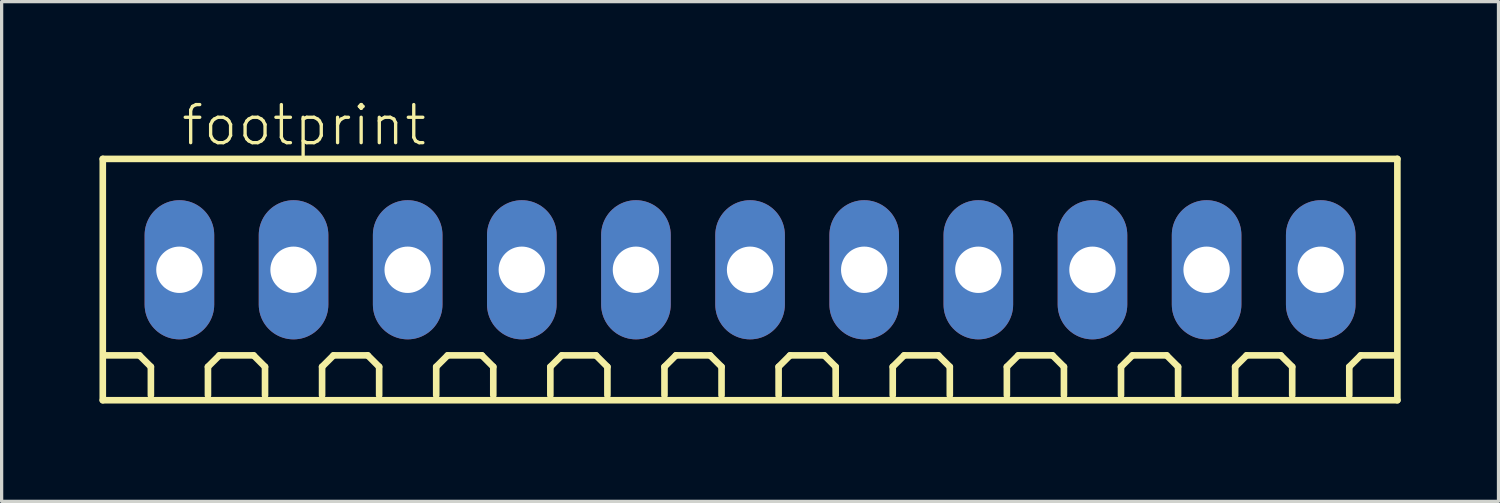
<source format=kicad_pcb>
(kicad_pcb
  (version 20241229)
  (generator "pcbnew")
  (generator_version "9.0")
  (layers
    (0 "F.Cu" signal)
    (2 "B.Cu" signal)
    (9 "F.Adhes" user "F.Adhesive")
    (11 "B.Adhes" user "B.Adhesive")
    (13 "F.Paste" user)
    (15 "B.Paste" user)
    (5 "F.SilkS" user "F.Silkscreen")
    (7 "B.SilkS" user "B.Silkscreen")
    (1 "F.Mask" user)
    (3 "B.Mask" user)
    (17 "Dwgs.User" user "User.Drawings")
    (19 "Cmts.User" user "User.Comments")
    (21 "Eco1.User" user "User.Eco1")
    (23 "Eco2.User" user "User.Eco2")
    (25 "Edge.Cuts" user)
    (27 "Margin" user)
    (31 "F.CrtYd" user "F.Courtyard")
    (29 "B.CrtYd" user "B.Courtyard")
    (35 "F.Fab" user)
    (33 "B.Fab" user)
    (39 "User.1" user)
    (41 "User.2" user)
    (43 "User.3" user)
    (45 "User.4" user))
  (footprint "footprint"
    (layer "F.Cu")
    (at 19.952 5.223)
    (property "Reference" "footprint" (at -17.5 -3.75 0) (layer "F.SilkS") (effects (font (size 1.168 1.168) (thickness 0.102)) (justify left bottom)))
    (fp_line (start -19.85 -3.4) (end 19.85 -3.4) (stroke (width 0.203) (type solid)) (layer "F.SilkS"))
    (fp_line (start -19.85 4) (end -19.85 -3.4) (stroke (width 0.203) (type solid)) (layer "F.SilkS"))
    (fp_line (start -18.725 2.625) (end -19.775 2.625) (stroke (width 0.203) (type solid)) (layer "F.SilkS"))
    (fp_line (start -18.375 2.975) (end -18.725 2.625) (stroke (width 0.203) (type solid)) (layer "F.SilkS"))
    (fp_line (start -18.375 3.85) (end -18.375 2.975) (stroke (width 0.203) (type solid)) (layer "F.SilkS"))
    (fp_line (start -16.625 2.975) (end -16.275 2.625) (stroke (width 0.203) (type solid)) (layer "F.SilkS"))
    (fp_line (start -16.625 3.85) (end -16.625 2.975) (stroke (width 0.203) (type solid)) (layer "F.SilkS"))
    (fp_line (start -16.275 2.625) (end -15.225 2.625) (stroke (width 0.203) (type solid)) (layer "F.SilkS"))
    (fp_line (start -15.225 2.625) (end -14.875 2.975) (stroke (width 0.203) (type solid)) (layer "F.SilkS"))
    (fp_line (start -14.875 2.975) (end -14.875 3.85) (stroke (width 0.203) (type solid)) (layer "F.SilkS"))
    (fp_line (start -13.125 2.975) (end -12.775 2.625) (stroke (width 0.203) (type solid)) (layer "F.SilkS"))
    (fp_line (start -13.125 3.85) (end -13.125 2.975) (stroke (width 0.203) (type solid)) (layer "F.SilkS"))
    (fp_line (start -12.775 2.625) (end -11.725 2.625) (stroke (width 0.203) (type solid)) (layer "F.SilkS"))
    (fp_line (start -11.725 2.625) (end -11.375 2.975) (stroke (width 0.203) (type solid)) (layer "F.SilkS"))
    (fp_line (start -11.375 2.975) (end -11.375 3.85) (stroke (width 0.203) (type solid)) (layer "F.SilkS"))
    (fp_line (start -9.625 2.975) (end -9.275 2.625) (stroke (width 0.203) (type solid)) (layer "F.SilkS"))
    (fp_line (start -9.625 3.85) (end -9.625 2.975) (stroke (width 0.203) (type solid)) (layer "F.SilkS"))
    (fp_line (start -9.275 2.625) (end -8.225 2.625) (stroke (width 0.203) (type solid)) (layer "F.SilkS"))
    (fp_line (start -8.225 2.625) (end -7.875 2.975) (stroke (width 0.203) (type solid)) (layer "F.SilkS"))
    (fp_line (start -7.875 2.975) (end -7.875 3.85) (stroke (width 0.203) (type solid)) (layer "F.SilkS"))
    (fp_line (start -6.125 2.975) (end -5.775 2.625) (stroke (width 0.203) (type solid)) (layer "F.SilkS"))
    (fp_line (start -6.125 3.85) (end -6.125 2.975) (stroke (width 0.203) (type solid)) (layer "F.SilkS"))
    (fp_line (start -5.775 2.625) (end -4.725 2.625) (stroke (width 0.203) (type solid)) (layer "F.SilkS"))
    (fp_line (start -4.725 2.625) (end -4.375 2.975) (stroke (width 0.203) (type solid)) (layer "F.SilkS"))
    (fp_line (start -4.375 2.975) (end -4.375 3.85) (stroke (width 0.203) (type solid)) (layer "F.SilkS"))
    (fp_line (start -2.625 2.975) (end -2.275 2.625) (stroke (width 0.203) (type solid)) (layer "F.SilkS"))
    (fp_line (start -2.625 3.85) (end -2.625 2.975) (stroke (width 0.203) (type solid)) (layer "F.SilkS"))
    (fp_line (start -2.275 2.625) (end -1.225 2.625) (stroke (width 0.203) (type solid)) (layer "F.SilkS"))
    (fp_line (start -1.225 2.625) (end -0.875 2.975) (stroke (width 0.203) (type solid)) (layer "F.SilkS"))
    (fp_line (start -0.875 2.975) (end -0.875 3.85) (stroke (width 0.203) (type solid)) (layer "F.SilkS"))
    (fp_line (start 0.875 2.975) (end 1.225 2.625) (stroke (width 0.203) (type solid)) (layer "F.SilkS"))
    (fp_line (start 0.875 3.85) (end 0.875 2.975) (stroke (width 0.203) (type solid)) (layer "F.SilkS"))
    (fp_line (start 1.225 2.625) (end 2.275 2.625) (stroke (width 0.203) (type solid)) (layer "F.SilkS"))
    (fp_line (start 2.275 2.625) (end 2.625 2.975) (stroke (width 0.203) (type solid)) (layer "F.SilkS"))
    (fp_line (start 2.625 2.975) (end 2.625 3.85) (stroke (width 0.203) (type solid)) (layer "F.SilkS"))
    (fp_line (start 4.375 2.975) (end 4.725 2.625) (stroke (width 0.203) (type solid)) (layer "F.SilkS"))
    (fp_line (start 4.375 3.85) (end 4.375 2.975) (stroke (width 0.203) (type solid)) (layer "F.SilkS"))
    (fp_line (start 4.725 2.625) (end 5.775 2.625) (stroke (width 0.203) (type solid)) (layer "F.SilkS"))
    (fp_line (start 5.775 2.625) (end 6.125 2.975) (stroke (width 0.203) (type solid)) (layer "F.SilkS"))
    (fp_line (start 6.125 2.975) (end 6.125 3.85) (stroke (width 0.203) (type solid)) (layer "F.SilkS"))
    (fp_line (start 7.875 2.975) (end 8.225 2.625) (stroke (width 0.203) (type solid)) (layer "F.SilkS"))
    (fp_line (start 7.875 3.85) (end 7.875 2.975) (stroke (width 0.203) (type solid)) (layer "F.SilkS"))
    (fp_line (start 8.225 2.625) (end 9.275 2.625) (stroke (width 0.203) (type solid)) (layer "F.SilkS"))
    (fp_line (start 9.275 2.625) (end 9.625 2.975) (stroke (width 0.203) (type solid)) (layer "F.SilkS"))
    (fp_line (start 9.625 2.975) (end 9.625 3.85) (stroke (width 0.203) (type solid)) (layer "F.SilkS"))
    (fp_line (start 11.375 2.975) (end 11.725 2.625) (stroke (width 0.203) (type solid)) (layer "F.SilkS"))
    (fp_line (start 11.375 3.85) (end 11.375 2.975) (stroke (width 0.203) (type solid)) (layer "F.SilkS"))
    (fp_line (start 11.725 2.625) (end 12.775 2.625) (stroke (width 0.203) (type solid)) (layer "F.SilkS"))
    (fp_line (start 12.775 2.625) (end 13.125 2.975) (stroke (width 0.203) (type solid)) (layer "F.SilkS"))
    (fp_line (start 13.125 2.975) (end 13.125 3.85) (stroke (width 0.203) (type solid)) (layer "F.SilkS"))
    (fp_line (start 14.875 2.975) (end 15.225 2.625) (stroke (width 0.203) (type solid)) (layer "F.SilkS"))
    (fp_line (start 14.875 3.85) (end 14.875 2.975) (stroke (width 0.203) (type solid)) (layer "F.SilkS"))
    (fp_line (start 15.225 2.625) (end 16.275 2.625) (stroke (width 0.203) (type solid)) (layer "F.SilkS"))
    (fp_line (start 16.275 2.625) (end 16.625 2.975) (stroke (width 0.203) (type solid)) (layer "F.SilkS"))
    (fp_line (start 16.625 2.975) (end 16.625 3.85) (stroke (width 0.203) (type solid)) (layer "F.SilkS"))
    (fp_line (start 18.375 2.975) (end 18.725 2.625) (stroke (width 0.203) (type solid)) (layer "F.SilkS"))
    (fp_line (start 18.375 3.85) (end 18.375 2.975) (stroke (width 0.203) (type solid)) (layer "F.SilkS"))
    (fp_line (start 19.775 2.625) (end 18.725 2.625) (stroke (width 0.203) (type solid)) (layer "F.SilkS"))
    (fp_line (start 19.85 -3.4) (end 19.85 4) (stroke (width 0.203) (type solid)) (layer "F.SilkS"))
    (fp_line (start 19.85 4) (end -19.85 4) (stroke (width 0.203) (type solid)) (layer "F.SilkS"))
    (pad "1" thru_hole oval (at -17.5 0 90) (size 4.267 2.134) (drill 1.422) (layers "*.Cu" "*.Mask"))
    (pad "2" thru_hole oval (at -14 0 90) (size 4.267 2.134) (drill 1.422) (layers "*.Cu" "*.Mask"))
    (pad "3" thru_hole oval (at -10.5 0 90) (size 4.267 2.134) (drill 1.422) (layers "*.Cu" "*.Mask"))
    (pad "4" thru_hole oval (at -7 0 90) (size 4.267 2.134) (drill 1.422) (layers "*.Cu" "*.Mask"))
    (pad "5" thru_hole oval (at -3.5 0 90) (size 4.267 2.134) (drill 1.422) (layers "*.Cu" "*.Mask"))
    (pad "6" thru_hole oval (at 0 0 90) (size 4.267 2.134) (drill 1.422) (layers "*.Cu" "*.Mask"))
    (pad "7" thru_hole oval (at 3.5 0 90) (size 4.267 2.134) (drill 1.422) (layers "*.Cu" "*.Mask"))
    (pad "8" thru_hole oval (at 7 0 90) (size 4.267 2.134) (drill 1.422) (layers "*.Cu" "*.Mask"))
    (pad "9" thru_hole oval (at 10.5 0 90) (size 4.267 2.134) (drill 1.422) (layers "*.Cu" "*.Mask"))
    (pad "10" thru_hole oval (at 14 0 90) (size 4.267 2.134) (drill 1.422) (layers "*.Cu" "*.Mask"))
    (pad "11" thru_hole oval (at 17.5 0 90) (size 4.267 2.134) (drill 1.422) (layers "*.Cu" "*.Mask")))
  (gr_rect
    (start -3 -3)
    (end 42.903 12.325)
    (stroke (width 0.1) (type default))
    (fill no)
    (layer "Edge.Cuts")))
</source>
